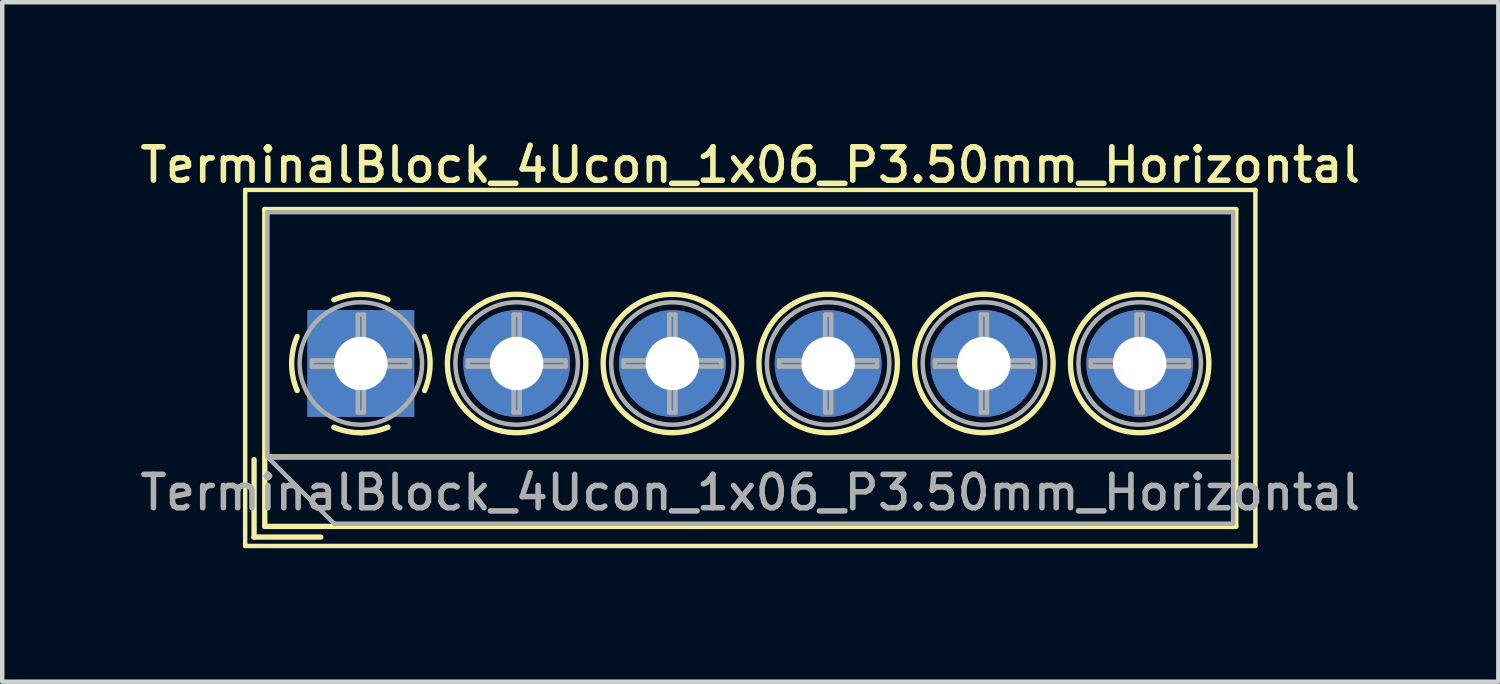
<source format=kicad_pcb>
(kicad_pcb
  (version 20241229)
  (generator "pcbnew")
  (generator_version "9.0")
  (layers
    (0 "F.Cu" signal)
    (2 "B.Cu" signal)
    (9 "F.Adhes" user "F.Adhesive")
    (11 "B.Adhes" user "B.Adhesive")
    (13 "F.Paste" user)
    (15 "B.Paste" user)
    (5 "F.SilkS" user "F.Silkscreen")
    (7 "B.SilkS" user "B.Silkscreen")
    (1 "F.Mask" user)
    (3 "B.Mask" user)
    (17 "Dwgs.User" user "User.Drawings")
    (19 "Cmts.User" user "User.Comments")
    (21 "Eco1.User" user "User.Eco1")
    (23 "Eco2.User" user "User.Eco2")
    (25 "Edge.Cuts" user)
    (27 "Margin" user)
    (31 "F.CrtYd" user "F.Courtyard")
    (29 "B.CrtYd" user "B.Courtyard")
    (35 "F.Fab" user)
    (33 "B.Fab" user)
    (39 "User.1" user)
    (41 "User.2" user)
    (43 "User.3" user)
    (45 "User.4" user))
  (footprint "TerminalBlock_4Ucon_1x06_P3.50mm_Horizontal"
    (layer "F.Cu")
    (at 5.059 5.118)
    (property "Reference" "TerminalBlock_4Ucon_1x06_P3.50mm_Horizontal" (at 8.75 -4.46 0) (layer "F.SilkS") (effects (font (size 0.75 0.75) (thickness 0.125))))
    (attr through_hole)
    (fp_line (start -2.6 -3.9) (end -2.6 4.1) (stroke (width 0.1) (type solid)) (layer "F.SilkS"))
    (fp_line (start -2.6 4.1) (end 20.1 4.1) (stroke (width 0.1) (type solid)) (layer "F.SilkS"))
    (fp_line (start -2.4 2.16) (end -2.4 3.9) (stroke (width 0.12) (type solid)) (layer "F.SilkS"))
    (fp_line (start -2.4 3.9) (end -0.9 3.9) (stroke (width 0.12) (type solid)) (layer "F.SilkS"))
    (fp_line (start -2.16 -3.46) (end -2.16 3.66) (stroke (width 0.12) (type solid)) (layer "F.SilkS"))
    (fp_line (start -2.16 -3.46) (end 19.66 -3.46) (stroke (width 0.12) (type solid)) (layer "F.SilkS"))
    (fp_line (start -2.16 2.1) (end 19.66 2.1) (stroke (width 0.12) (type solid)) (layer "F.SilkS"))
    (fp_line (start -2.16 3.66) (end 19.66 3.66) (stroke (width 0.12) (type solid)) (layer "F.SilkS"))
    (fp_line (start 19.66 -3.46) (end 19.66 3.66) (stroke (width 0.12) (type solid)) (layer "F.SilkS"))
    (fp_line (start 20.1 -3.9) (end -2.6 -3.9) (stroke (width 0.1) (type solid)) (layer "F.SilkS"))
    (fp_line (start 20.1 4.1) (end 20.1 -3.9) (stroke (width 0.1) (type solid)) (layer "F.SilkS"))
    (fp_arc (start -1.432109 0.607742) (mid -1.555727 -0.00014) (end -1.432 -0.608) (stroke (width 0.12) (type solid)) (layer "F.SilkS"))
    (fp_arc (start -0.607742 -1.432109) (mid 0.00014 -1.555727) (end 0.608 -1.432) (stroke (width 0.12) (type solid)) (layer "F.SilkS"))
    (fp_arc (start 0.027011 1.555493) (mid -0.296984 1.527118) (end -0.608 1.432) (stroke (width 0.12) (type solid)) (layer "F.SilkS"))
    (fp_arc (start 0.607587 1.431385) (mid 0.310017 1.523783) (end 0 1.555) (stroke (width 0.12) (type solid)) (layer "F.SilkS"))
    (fp_arc (start 1.432109 -0.607742) (mid 1.555727 0.00014) (end 1.432 0.608) (stroke (width 0.12) (type solid)) (layer "F.SilkS"))
    (fp_circle (center 3.5 0) (end 5.055 0) (stroke (width 0.12) (type solid)) (fill no) (layer "F.SilkS"))
    (fp_circle (center 7 0) (end 8.555 0) (stroke (width 0.12) (type solid)) (fill no) (layer "F.SilkS"))
    (fp_circle (center 10.5 0) (end 12.055 0) (stroke (width 0.12) (type solid)) (fill no) (layer "F.SilkS"))
    (fp_circle (center 14 0) (end 15.555 0) (stroke (width 0.12) (type solid)) (fill no) (layer "F.SilkS"))
    (fp_circle (center 17.5 0) (end 19.055 0) (stroke (width 0.12) (type solid)) (fill no) (layer "F.SilkS"))
    (fp_line (start -2.1 -3.4) (end 19.6 -3.4) (stroke (width 0.1) (type solid)) (layer "F.Fab"))
    (fp_line (start -2.1 2.1) (end -2.1 -3.4) (stroke (width 0.1) (type solid)) (layer "F.Fab"))
    (fp_line (start -2.1 2.1) (end 19.6 2.1) (stroke (width 0.1) (type solid)) (layer "F.Fab"))
    (fp_line (start -1.1 -0.069) (end -0.069 -0.069) (stroke (width 0.1) (type solid)) (layer "F.Fab"))
    (fp_line (start -1.1 0.069) (end -1.1 -0.069) (stroke (width 0.1) (type solid)) (layer "F.Fab"))
    (fp_line (start -0.6 3.6) (end -2.1 2.1) (stroke (width 0.1) (type solid)) (layer "F.Fab"))
    (fp_line (start -0.069 -1.1) (end 0.069 -1.1) (stroke (width 0.1) (type solid)) (layer "F.Fab"))
    (fp_line (start -0.069 -0.069) (end -0.069 -1.1) (stroke (width 0.1) (type solid)) (layer "F.Fab"))
    (fp_line (start -0.069 0.069) (end -1.1 0.069) (stroke (width 0.1) (type solid)) (layer "F.Fab"))
    (fp_line (start -0.069 1.1) (end -0.069 0.069) (stroke (width 0.1) (type solid)) (layer "F.Fab"))
    (fp_line (start 0.069 -1.1) (end 0.069 -0.069) (stroke (width 0.1) (type solid)) (layer "F.Fab"))
    (fp_line (start 0.069 -0.069) (end 1.1 -0.069) (stroke (width 0.1) (type solid)) (layer "F.Fab"))
    (fp_line (start 0.069 0.069) (end 0.069 1.1) (stroke (width 0.1) (type solid)) (layer "F.Fab"))
    (fp_line (start 0.069 1.1) (end -0.069 1.1) (stroke (width 0.1) (type solid)) (layer "F.Fab"))
    (fp_line (start 1.1 -0.069) (end 1.1 0.069) (stroke (width 0.1) (type solid)) (layer "F.Fab"))
    (fp_line (start 1.1 0.069) (end 0.069 0.069) (stroke (width 0.1) (type solid)) (layer "F.Fab"))
    (fp_line (start 2.4 -0.069) (end 3.431 -0.069) (stroke (width 0.1) (type solid)) (layer "F.Fab"))
    (fp_line (start 2.4 0.069) (end 2.4 -0.069) (stroke (width 0.1) (type solid)) (layer "F.Fab"))
    (fp_line (start 3.431 -1.1) (end 3.569 -1.1) (stroke (width 0.1) (type solid)) (layer "F.Fab"))
    (fp_line (start 3.431 -0.069) (end 3.431 -1.1) (stroke (width 0.1) (type solid)) (layer "F.Fab"))
    (fp_line (start 3.431 0.069) (end 2.4 0.069) (stroke (width 0.1) (type solid)) (layer "F.Fab"))
    (fp_line (start 3.431 1.1) (end 3.431 0.069) (stroke (width 0.1) (type solid)) (layer "F.Fab"))
    (fp_line (start 3.569 -1.1) (end 3.569 -0.069) (stroke (width 0.1) (type solid)) (layer "F.Fab"))
    (fp_line (start 3.569 -0.069) (end 4.6 -0.069) (stroke (width 0.1) (type solid)) (layer "F.Fab"))
    (fp_line (start 3.569 0.069) (end 3.569 1.1) (stroke (width 0.1) (type solid)) (layer "F.Fab"))
    (fp_line (start 3.569 1.1) (end 3.431 1.1) (stroke (width 0.1) (type solid)) (layer "F.Fab"))
    (fp_line (start 4.6 -0.069) (end 4.6 0.069) (stroke (width 0.1) (type solid)) (layer "F.Fab"))
    (fp_line (start 4.6 0.069) (end 3.569 0.069) (stroke (width 0.1) (type solid)) (layer "F.Fab"))
    (fp_line (start 5.9 -0.069) (end 6.931 -0.069) (stroke (width 0.1) (type solid)) (layer "F.Fab"))
    (fp_line (start 5.9 0.069) (end 5.9 -0.069) (stroke (width 0.1) (type solid)) (layer "F.Fab"))
    (fp_line (start 6.931 -1.1) (end 7.069 -1.1) (stroke (width 0.1) (type solid)) (layer "F.Fab"))
    (fp_line (start 6.931 -0.069) (end 6.931 -1.1) (stroke (width 0.1) (type solid)) (layer "F.Fab"))
    (fp_line (start 6.931 0.069) (end 5.9 0.069) (stroke (width 0.1) (type solid)) (layer "F.Fab"))
    (fp_line (start 6.931 1.1) (end 6.931 0.069) (stroke (width 0.1) (type solid)) (layer "F.Fab"))
    (fp_line (start 7.069 -1.1) (end 7.069 -0.069) (stroke (width 0.1) (type solid)) (layer "F.Fab"))
    (fp_line (start 7.069 -0.069) (end 8.1 -0.069) (stroke (width 0.1) (type solid)) (layer "F.Fab"))
    (fp_line (start 7.069 0.069) (end 7.069 1.1) (stroke (width 0.1) (type solid)) (layer "F.Fab"))
    (fp_line (start 7.069 1.1) (end 6.931 1.1) (stroke (width 0.1) (type solid)) (layer "F.Fab"))
    (fp_line (start 8.1 -0.069) (end 8.1 0.069) (stroke (width 0.1) (type solid)) (layer "F.Fab"))
    (fp_line (start 8.1 0.069) (end 7.069 0.069) (stroke (width 0.1) (type solid)) (layer "F.Fab"))
    (fp_line (start 9.4 -0.069) (end 10.431 -0.069) (stroke (width 0.1) (type solid)) (layer "F.Fab"))
    (fp_line (start 9.4 0.069) (end 9.4 -0.069) (stroke (width 0.1) (type solid)) (layer "F.Fab"))
    (fp_line (start 10.431 -1.1) (end 10.569 -1.1) (stroke (width 0.1) (type solid)) (layer "F.Fab"))
    (fp_line (start 10.431 -0.069) (end 10.431 -1.1) (stroke (width 0.1) (type solid)) (layer "F.Fab"))
    (fp_line (start 10.431 0.069) (end 9.4 0.069) (stroke (width 0.1) (type solid)) (layer "F.Fab"))
    (fp_line (start 10.431 1.1) (end 10.431 0.069) (stroke (width 0.1) (type solid)) (layer "F.Fab"))
    (fp_line (start 10.569 -1.1) (end 10.569 -0.069) (stroke (width 0.1) (type solid)) (layer "F.Fab"))
    (fp_line (start 10.569 -0.069) (end 11.6 -0.069) (stroke (width 0.1) (type solid)) (layer "F.Fab"))
    (fp_line (start 10.569 0.069) (end 10.569 1.1) (stroke (width 0.1) (type solid)) (layer "F.Fab"))
    (fp_line (start 10.569 1.1) (end 10.431 1.1) (stroke (width 0.1) (type solid)) (layer "F.Fab"))
    (fp_line (start 11.6 -0.069) (end 11.6 0.069) (stroke (width 0.1) (type solid)) (layer "F.Fab"))
    (fp_line (start 11.6 0.069) (end 10.569 0.069) (stroke (width 0.1) (type solid)) (layer "F.Fab"))
    (fp_line (start 12.9 -0.069) (end 13.931 -0.069) (stroke (width 0.1) (type solid)) (layer "F.Fab"))
    (fp_line (start 12.9 0.069) (end 12.9 -0.069) (stroke (width 0.1) (type solid)) (layer "F.Fab"))
    (fp_line (start 13.931 -1.1) (end 14.069 -1.1) (stroke (width 0.1) (type solid)) (layer "F.Fab"))
    (fp_line (start 13.931 -0.069) (end 13.931 -1.1) (stroke (width 0.1) (type solid)) (layer "F.Fab"))
    (fp_line (start 13.931 0.069) (end 12.9 0.069) (stroke (width 0.1) (type solid)) (layer "F.Fab"))
    (fp_line (start 13.931 1.1) (end 13.931 0.069) (stroke (width 0.1) (type solid)) (layer "F.Fab"))
    (fp_line (start 14.069 -1.1) (end 14.069 -0.069) (stroke (width 0.1) (type solid)) (layer "F.Fab"))
    (fp_line (start 14.069 -0.069) (end 15.1 -0.069) (stroke (width 0.1) (type solid)) (layer "F.Fab"))
    (fp_line (start 14.069 0.069) (end 14.069 1.1) (stroke (width 0.1) (type solid)) (layer "F.Fab"))
    (fp_line (start 14.069 1.1) (end 13.931 1.1) (stroke (width 0.1) (type solid)) (layer "F.Fab"))
    (fp_line (start 15.1 -0.069) (end 15.1 0.069) (stroke (width 0.1) (type solid)) (layer "F.Fab"))
    (fp_line (start 15.1 0.069) (end 14.069 0.069) (stroke (width 0.1) (type solid)) (layer "F.Fab"))
    (fp_line (start 16.4 -0.069) (end 17.431 -0.069) (stroke (width 0.1) (type solid)) (layer "F.Fab"))
    (fp_line (start 16.4 0.069) (end 16.4 -0.069) (stroke (width 0.1) (type solid)) (layer "F.Fab"))
    (fp_line (start 17.431 -1.1) (end 17.569 -1.1) (stroke (width 0.1) (type solid)) (layer "F.Fab"))
    (fp_line (start 17.431 -0.069) (end 17.431 -1.1) (stroke (width 0.1) (type solid)) (layer "F.Fab"))
    (fp_line (start 17.431 0.069) (end 16.4 0.069) (stroke (width 0.1) (type solid)) (layer "F.Fab"))
    (fp_line (start 17.431 1.1) (end 17.431 0.069) (stroke (width 0.1) (type solid)) (layer "F.Fab"))
    (fp_line (start 17.569 -1.1) (end 17.569 -0.069) (stroke (width 0.1) (type solid)) (layer "F.Fab"))
    (fp_line (start 17.569 -0.069) (end 18.6 -0.069) (stroke (width 0.1) (type solid)) (layer "F.Fab"))
    (fp_line (start 17.569 0.069) (end 17.569 1.1) (stroke (width 0.1) (type solid)) (layer "F.Fab"))
    (fp_line (start 17.569 1.1) (end 17.431 1.1) (stroke (width 0.1) (type solid)) (layer "F.Fab"))
    (fp_line (start 18.6 -0.069) (end 18.6 0.069) (stroke (width 0.1) (type solid)) (layer "F.Fab"))
    (fp_line (start 18.6 0.069) (end 17.569 0.069) (stroke (width 0.1) (type solid)) (layer "F.Fab"))
    (fp_line (start 19.6 -3.4) (end 19.6 3.6) (stroke (width 0.1) (type solid)) (layer "F.Fab"))
    (fp_line (start 19.6 3.6) (end -0.6 3.6) (stroke (width 0.1) (type solid)) (layer "F.Fab"))
    (fp_circle (center 0 0) (end 1.375 0) (stroke (width 0.1) (type solid)) (fill no) (layer "F.Fab"))
    (fp_circle (center 3.5 0) (end 4.875 0) (stroke (width 0.1) (type solid)) (fill no) (layer "F.Fab"))
    (fp_circle (center 7 0) (end 8.375 0) (stroke (width 0.1) (type solid)) (fill no) (layer "F.Fab"))
    (fp_circle (center 10.5 0) (end 11.875 0) (stroke (width 0.1) (type solid)) (fill no) (layer "F.Fab"))
    (fp_circle (center 14 0) (end 15.375 0) (stroke (width 0.1) (type solid)) (fill no) (layer "F.Fab"))
    (fp_circle (center 17.5 0) (end 18.875 0) (stroke (width 0.1) (type solid)) (fill no) (layer "F.Fab"))
    (fp_text user "${REFERENCE}" (at 8.75 2.9 0) (layer "F.Fab") (effects (font (size 0.75 0.75) (thickness 0.125))))
    (pad "1" thru_hole rect (at 0 0) (size 2.4 2.4) (drill 1.2) (layers "*.Cu" "*.Mask"))
    (pad "2" thru_hole circle (at 3.5 0) (size 2.4 2.4) (drill 1.2) (layers "*.Cu" "*.Mask"))
    (pad "3" thru_hole circle (at 7 0) (size 2.4 2.4) (drill 1.2) (layers "*.Cu" "*.Mask"))
    (pad "4" thru_hole circle (at 10.5 0) (size 2.4 2.4) (drill 1.2) (layers "*.Cu" "*.Mask"))
    (pad "5" thru_hole circle (at 14 0) (size 2.4 2.4) (drill 1.2) (layers "*.Cu" "*.Mask"))
    (pad "6" thru_hole circle (at 17.5 0) (size 2.4 2.4) (drill 1.2) (layers "*.Cu" "*.Mask")))
  (gr_rect
    (start -3 -3)
    (end 30.618 12.268)
    (stroke (width 0.1) (type default))
    (fill no)
    (layer "Edge.Cuts")))
</source>
